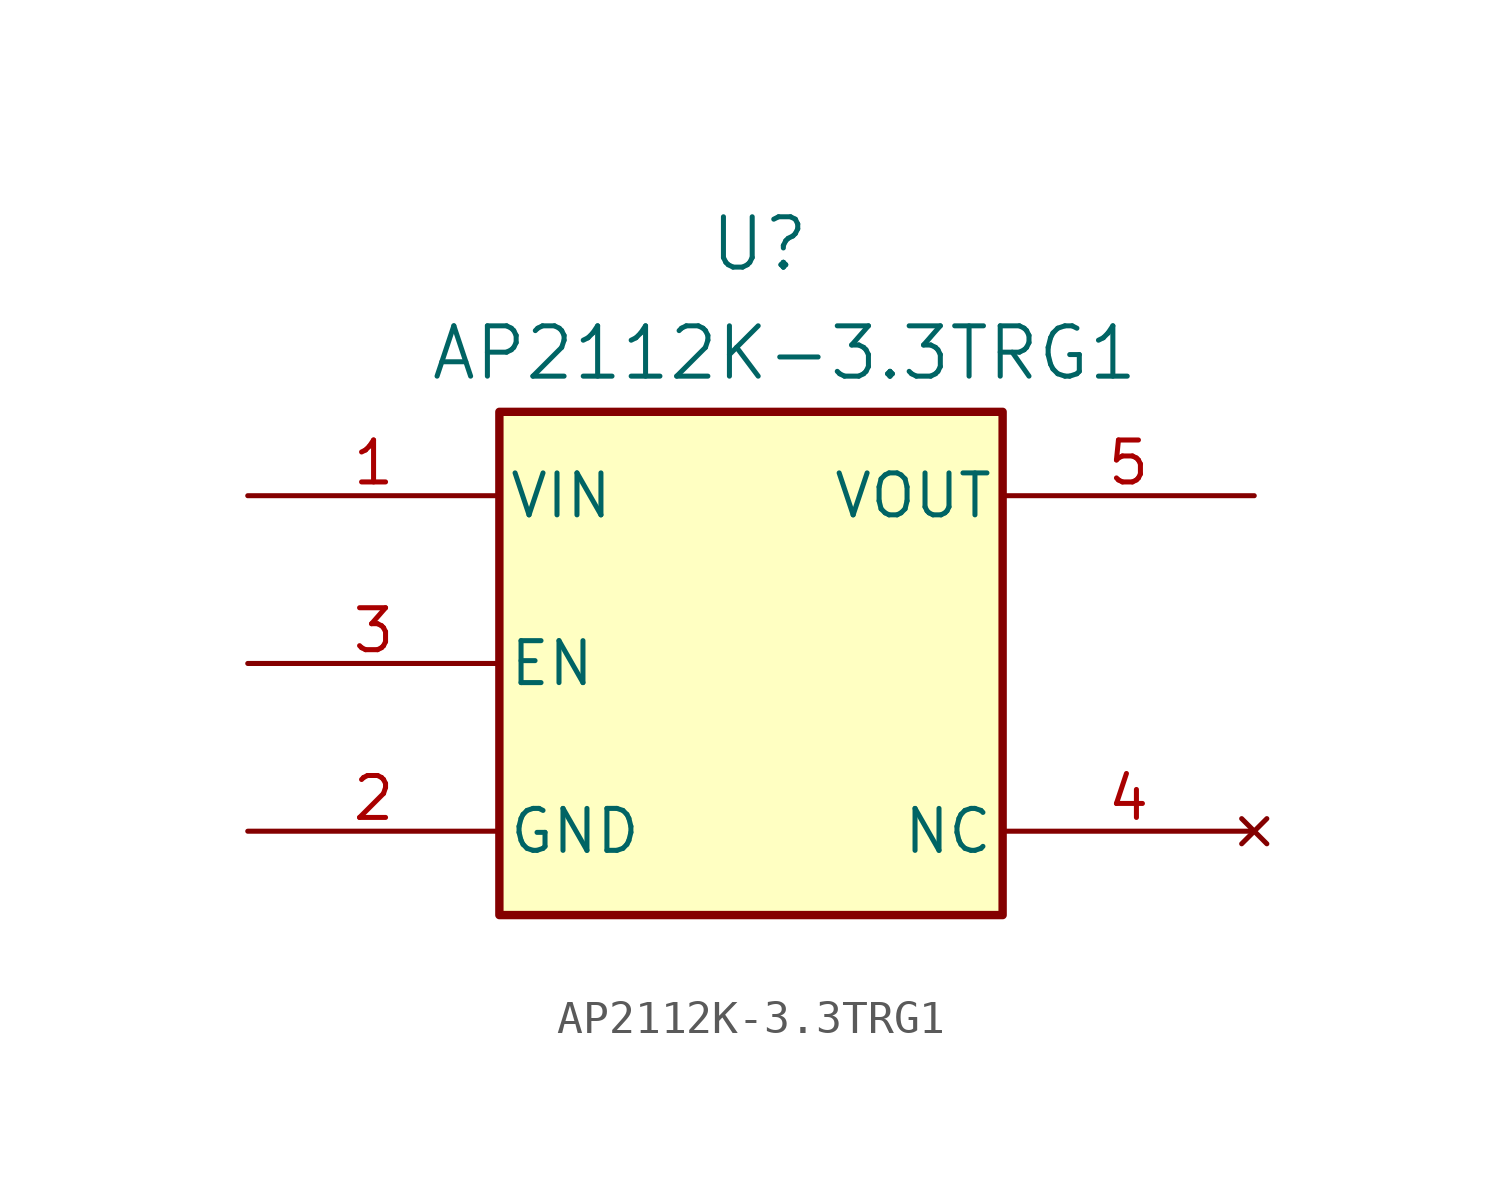
<source format=kicad_sym>
(kicad_symbol_lib
  (version 20231120)
  (generator "kicad_symbol_editor")
  (generator_version "8.0")
  (symbol "AP2112K-3.3TRG1"
    (pin_names
      (offset 0.254))
    (property "Reference" "U"
      (at 7.874 5.08 0)
      (effects (font (size 1.524 1.524))))
    (property "Value" "AP2112K-3.3TRG1"
      (at 8.636 1.778 0)
      (effects (font (size 1.524 1.524))))
    (symbol "AP2112K-3.3TRG1_0_1"
      (pin unspecified line (at -7.62 -12.7 0) (length 7.62) (name "GND" (effects (font (size 1.27 1.27)))) (number "2" (effects (font (size 1.27 1.27))))))
    (symbol "AP2112K-3.3TRG1_1_1"
      (rectangle (start 0 0) (end 15.24 -15.24) (stroke (width 0.254) (type default)) (fill (type background)))
      (pin input line (at -7.62 -2.54 0) (length 7.62) (name "VIN" (effects (font (size 1.27 1.27)))) (number "1" (effects (font (size 1.27 1.27)))))
      (pin input line (at -7.62 -7.62 0) (length 7.62) (name "EN" (effects (font (size 1.27 1.27)))) (number "3" (effects (font (size 1.27 1.27)))))
      (pin no_connect line (at 22.86 -12.7 180) (length 7.62) (name "NC" (effects (font (size 1.27 1.27)))) (number "4" (effects (font (size 1.27 1.27)))))
      (pin output line (at 22.86 -2.54 180) (length 7.62) (name "VOUT" (effects (font (size 1.27 1.27)))) (number "5" (effects (font (size 1.27 1.27))))))))
</source>
